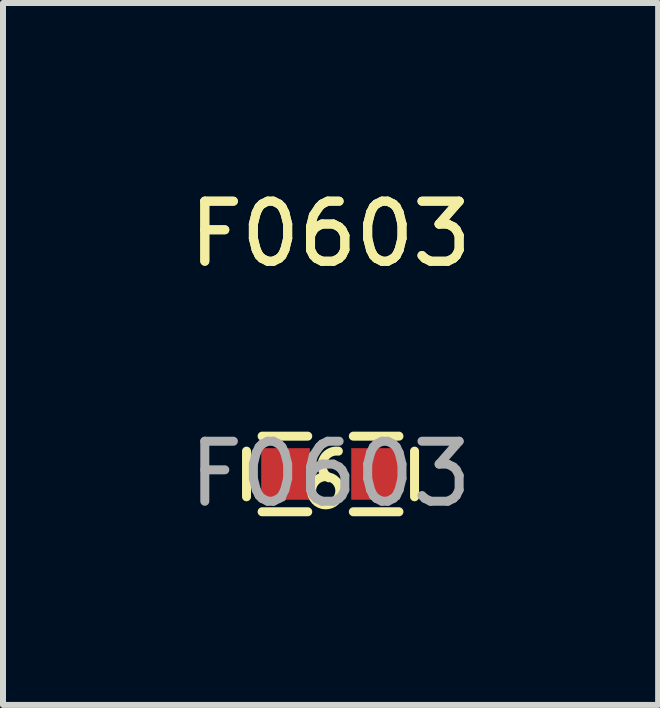
<source format=kicad_pcb>
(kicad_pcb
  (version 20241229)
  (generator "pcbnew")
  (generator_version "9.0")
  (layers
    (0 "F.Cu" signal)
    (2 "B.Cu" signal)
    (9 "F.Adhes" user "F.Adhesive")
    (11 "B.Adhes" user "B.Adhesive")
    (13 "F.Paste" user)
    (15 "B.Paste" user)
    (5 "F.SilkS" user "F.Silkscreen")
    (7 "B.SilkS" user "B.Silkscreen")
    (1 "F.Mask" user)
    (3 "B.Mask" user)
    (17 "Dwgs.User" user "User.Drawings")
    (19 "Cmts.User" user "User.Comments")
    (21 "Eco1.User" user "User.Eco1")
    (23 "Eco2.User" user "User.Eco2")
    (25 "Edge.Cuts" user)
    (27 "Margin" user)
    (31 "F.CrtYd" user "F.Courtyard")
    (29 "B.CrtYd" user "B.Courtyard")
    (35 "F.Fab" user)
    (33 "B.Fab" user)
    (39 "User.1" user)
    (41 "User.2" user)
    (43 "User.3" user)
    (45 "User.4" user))
  (footprint "F0603"
    (layer "F.Cu")
    (at 2.458 4.848)
    (property "Reference" "F0603" (at 0 -4 0) (layer "F.SilkS") (effects (font (size 1 1) (thickness 0.15))))
    (attr smd)
    (fp_line (start -1.4 -0.38) (end -1.4 0.38) (stroke (width 0.15) (type solid)) (layer "F.SilkS"))
    (fp_line (start -0.38 -0.63) (end -1.14 -0.63) (stroke (width 0.15) (type solid)) (layer "F.SilkS"))
    (fp_line (start -0.38 0.63) (end -1.14 0.63) (stroke (width 0.15) (type solid)) (layer "F.SilkS"))
    (fp_line (start 0.38 -0.63) (end 1.14 -0.63) (stroke (width 0.15) (type solid)) (layer "F.SilkS"))
    (fp_line (start 0.38 0.63) (end 1.14 0.63) (stroke (width 0.15) (type solid)) (layer "F.SilkS"))
    (fp_line (start 1.4 -0.38) (end 1.4 0.38) (stroke (width 0.15) (type solid)) (layer "F.SilkS"))
    (fp_arc (start -0.134006 0.509092) (mid -0.027945 0.050455) (end -0.13 0.51) (stroke (width 0.15) (type solid)) (layer "F.SilkS"))
    (fp_arc (start -0.030294 0.063773) (mid -0.127483 -0.222168) (end 0.13 -0.38) (stroke (width 0.15) (type solid)) (layer "F.SilkS"))
    (fp_circle (center -0.8 0.4) (end -0.77 0.4) (stroke (width 0.06) (type solid)) (fill no) (layer "F.Fab"))
    (fp_text user "${REFERENCE}" (at 0 -4 0) (layer "F.SilkS") (effects (font (size 1 1) (thickness 0.15))))
    (fp_text user "${REFERENCE}" (at 0 0 0) (layer "F.Fab") (effects (font (size 1 1) (thickness 0.15))))
    (pad "1" smd rect (at -0.75 0) (size 0.81 0.86) (layers "F.Cu" "F.Mask" "F.Paste"))
    (pad "2" smd rect (at 0.75 0) (size 0.81 0.86) (layers "F.Cu" "F.Mask" "F.Paste")))
  (gr_rect
    (start -3 -3)
    (end 7.917 8.697)
    (stroke (width 0.1) (type default))
    (fill no)
    (layer "Edge.Cuts")))
</source>
